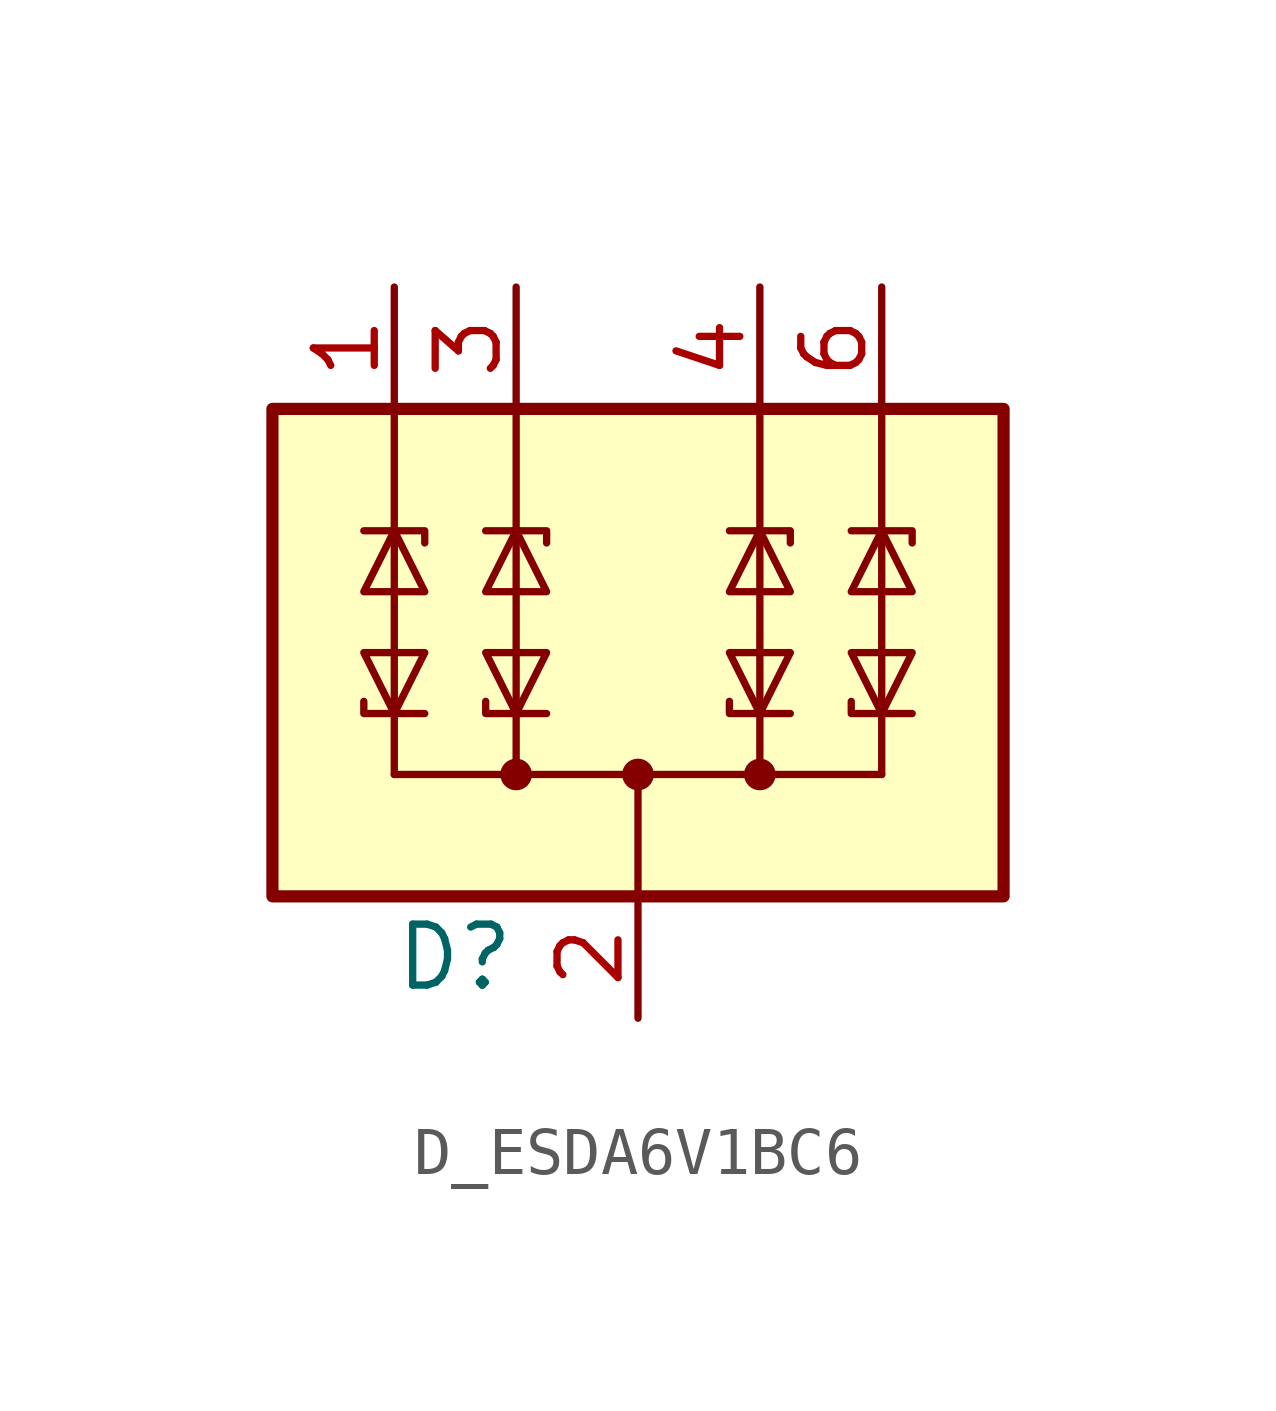
<source format=kicad_sym>
(kicad_symbol_lib
  (version 20220914)
  (generator kicad_symbol_editor)
  (symbol "D_ESDA6V1BC6"
    (pin_names hide)
    (property "Reference" "D"
      (at -2.54 -6.35 0)
      (effects (font (size 1.27 1.27)) (justify right)))
    (symbol "D_ESDA6V1BC6_0_0"
      (pin passive line (at 0 -7.62 90) (length 2.54) (name "COM" (effects (font (size 1.27 1.27)))) (number "2" (effects (font (size 1.27 1.27))))))
    (symbol "D_ESDA6V1BC6_0_1"
      (rectangle (start -7.62 5.08) (end 7.62 -5.08) (stroke (width 0.254) (type default)) (fill (type background)))
      (circle (center -2.54 -2.54) (radius 0.254) (stroke (width 0) (type default)) (fill (type outline)))
      (circle (center 0 -2.54) (radius 0.254) (stroke (width 0) (type default)) (fill (type outline)))
      (polyline (pts (xy -5.08 -2.54) (xy -5.08 -1.27)) (stroke (width 0) (type default)) (fill (type none)))
      (polyline (pts (xy -5.08 -2.54) (xy 5.08 -2.54)) (stroke (width 0) (type default)) (fill (type none)))
      (polyline (pts (xy -5.08 2.54) (xy -5.08 -1.27)) (stroke (width 0) (type default)) (fill (type none)))
      (polyline (pts (xy -5.08 5.08) (xy -5.08 2.54)) (stroke (width 0) (type default)) (fill (type none)))
      (polyline (pts (xy -2.54 -2.54) (xy -2.54 -1.27)) (stroke (width 0) (type default)) (fill (type none)))
      (polyline (pts (xy -2.54 2.54) (xy -2.54 -1.27)) (stroke (width 0) (type default)) (fill (type none)))
      (polyline (pts (xy -2.54 5.08) (xy -2.54 2.54)) (stroke (width 0) (type default)) (fill (type none)))
      (polyline (pts (xy 0 -2.54) (xy 0 -5.08)) (stroke (width 0) (type default)) (fill (type none)))
      (polyline (pts (xy 2.54 -2.54) (xy 2.54 -1.27)) (stroke (width 0) (type default)) (fill (type none)))
      (polyline (pts (xy 2.54 2.54) (xy 2.54 -1.27)) (stroke (width 0) (type default)) (fill (type none)))
      (polyline (pts (xy 2.54 5.08) (xy 2.54 2.54)) (stroke (width 0) (type default)) (fill (type none)))
      (polyline (pts (xy 5.08 -2.54) (xy 5.08 -1.27)) (stroke (width 0) (type default)) (fill (type none)))
      (polyline (pts (xy 5.08 2.54) (xy 5.08 -1.27)) (stroke (width 0) (type default)) (fill (type none)))
      (polyline (pts (xy 5.08 5.08) (xy 5.08 2.54)) (stroke (width 0) (type default)) (fill (type none)))
      (polyline (pts (xy -5.715 -1.016) (xy -5.715 -1.27) (xy -4.445 -1.27)) (stroke (width 0) (type default)) (fill (type none)))
      (polyline (pts (xy -5.715 2.54) (xy -4.445 2.54) (xy -4.445 2.286)) (stroke (width 0) (type default)) (fill (type none)))
      (polyline (pts (xy -3.175 -1.016) (xy -3.175 -1.27) (xy -1.905 -1.27)) (stroke (width 0) (type default)) (fill (type none)))
      (polyline (pts (xy -3.175 2.54) (xy -1.905 2.54) (xy -1.905 2.286)) (stroke (width 0) (type default)) (fill (type none)))
      (polyline (pts (xy 1.905 -1.016) (xy 1.905 -1.27) (xy 3.175 -1.27)) (stroke (width 0) (type default)) (fill (type none)))
      (polyline (pts (xy 1.905 2.54) (xy 3.175 2.54) (xy 3.175 2.286)) (stroke (width 0) (type default)) (fill (type none)))
      (polyline (pts (xy 4.445 -1.016) (xy 4.445 -1.27) (xy 5.715 -1.27)) (stroke (width 0) (type default)) (fill (type none)))
      (polyline (pts (xy 4.445 2.54) (xy 5.715 2.54) (xy 5.715 2.286)) (stroke (width 0) (type default)) (fill (type none)))
      (polyline (pts (xy -5.08 -1.27) (xy -5.715 0) (xy -4.445 0) (xy -5.08 -1.27)) (stroke (width 0) (type default)) (fill (type none)))
      (polyline (pts (xy -5.08 2.54) (xy -4.445 1.27) (xy -5.715 1.27) (xy -5.08 2.54)) (stroke (width 0) (type default)) (fill (type none)))
      (polyline (pts (xy -2.54 -1.27) (xy -3.175 0) (xy -1.905 0) (xy -2.54 -1.27)) (stroke (width 0) (type default)) (fill (type none)))
      (polyline (pts (xy -2.54 2.54) (xy -1.905 1.27) (xy -3.175 1.27) (xy -2.54 2.54)) (stroke (width 0) (type default)) (fill (type none)))
      (polyline (pts (xy 2.54 -1.27) (xy 1.905 0) (xy 3.175 0) (xy 2.54 -1.27)) (stroke (width 0) (type default)) (fill (type none)))
      (polyline (pts (xy 2.54 2.54) (xy 3.175 1.27) (xy 1.905 1.27) (xy 2.54 2.54)) (stroke (width 0) (type default)) (fill (type none)))
      (polyline (pts (xy 5.08 -1.27) (xy 4.445 0) (xy 5.715 0) (xy 5.08 -1.27)) (stroke (width 0) (type default)) (fill (type none)))
      (polyline (pts (xy 5.08 2.54) (xy 5.715 1.27) (xy 4.445 1.27) (xy 5.08 2.54)) (stroke (width 0) (type default)) (fill (type none)))
      (circle (center 2.54 -2.54) (radius 0.254) (stroke (width 0) (type default)) (fill (type outline))))
    (symbol "D_ESDA6V1BC6_1_1"
      (pin passive line (at -5.08 7.62 270) (length 2.54) (name "TVS1" (effects (font (size 1.27 1.27)))) (number "1" (effects (font (size 1.27 1.27)))))
      (pin passive line (at -2.54 7.62 270) (length 2.54) (name "TVS2" (effects (font (size 1.27 1.27)))) (number "3" (effects (font (size 1.27 1.27)))))
      (pin passive line (at 2.54 7.62 270) (length 2.54) (name "TVS3" (effects (font (size 1.27 1.27)))) (number "4" (effects (font (size 1.27 1.27)))))
      (pin passive line (at 0 -7.62 90) (length 2.54) hide (name "COM" (effects (font (size 1.27 1.27)))) (number "5" (effects (font (size 1.27 1.27)))))
      (pin passive line (at 5.08 7.62 270) (length 2.54) (name "TVS4" (effects (font (size 1.27 1.27)))) (number "6" (effects (font (size 1.27 1.27))))))))
</source>
